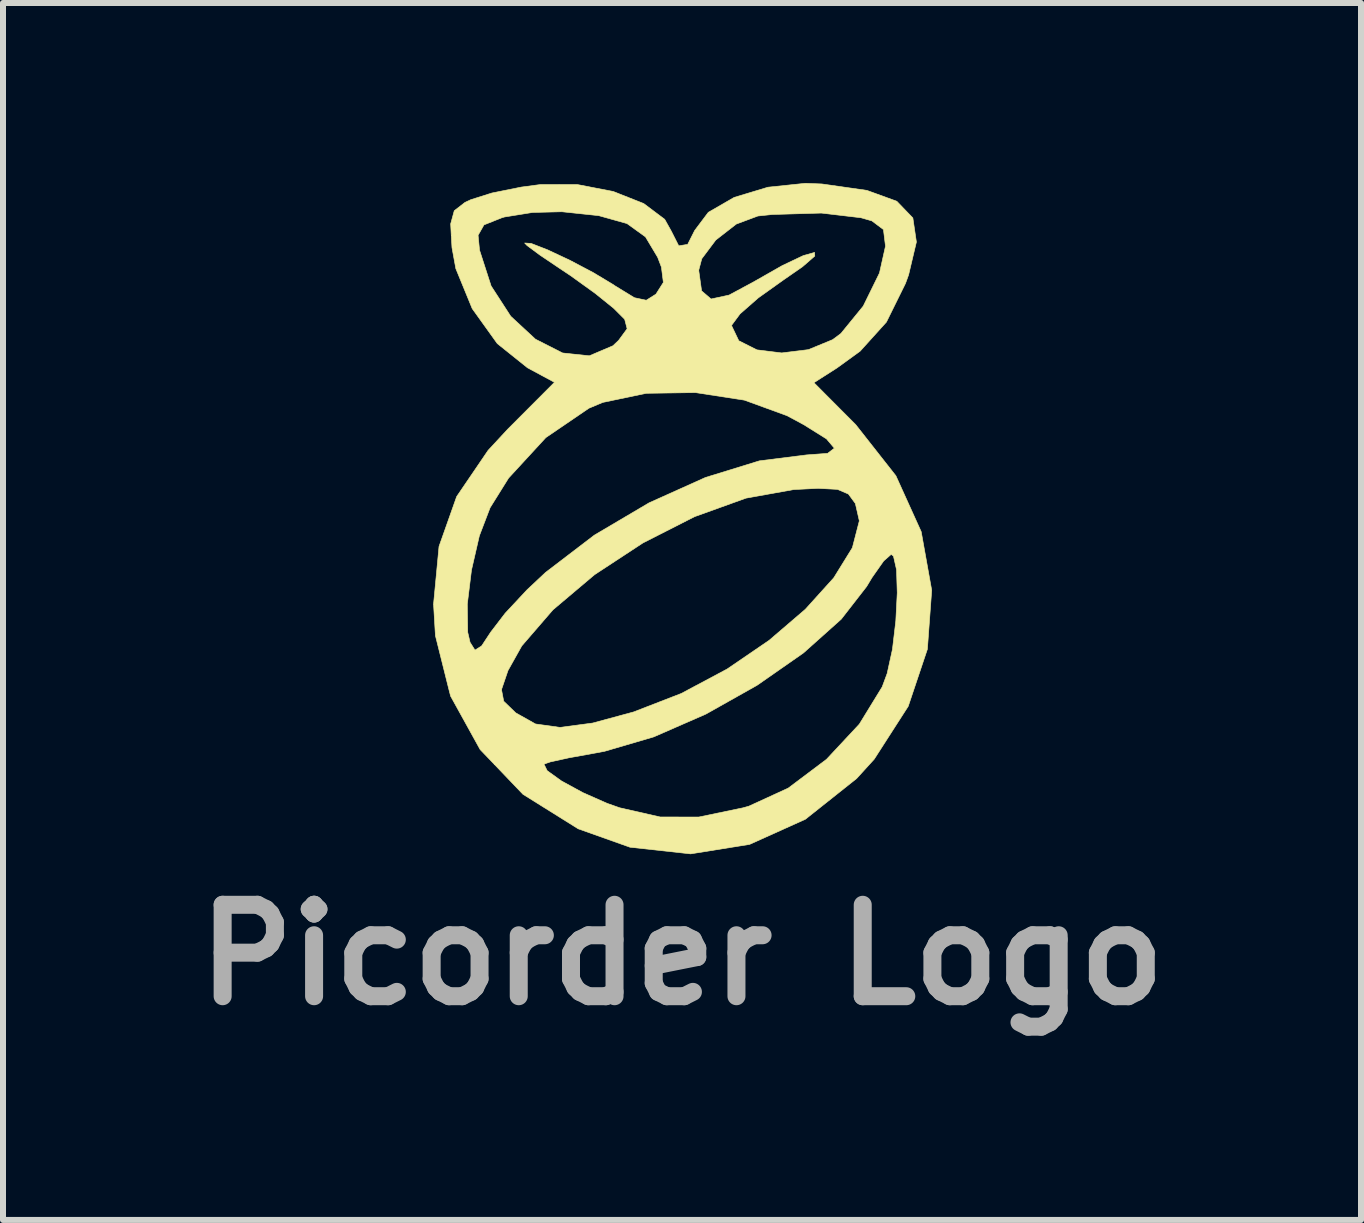
<source format=kicad_pcb>
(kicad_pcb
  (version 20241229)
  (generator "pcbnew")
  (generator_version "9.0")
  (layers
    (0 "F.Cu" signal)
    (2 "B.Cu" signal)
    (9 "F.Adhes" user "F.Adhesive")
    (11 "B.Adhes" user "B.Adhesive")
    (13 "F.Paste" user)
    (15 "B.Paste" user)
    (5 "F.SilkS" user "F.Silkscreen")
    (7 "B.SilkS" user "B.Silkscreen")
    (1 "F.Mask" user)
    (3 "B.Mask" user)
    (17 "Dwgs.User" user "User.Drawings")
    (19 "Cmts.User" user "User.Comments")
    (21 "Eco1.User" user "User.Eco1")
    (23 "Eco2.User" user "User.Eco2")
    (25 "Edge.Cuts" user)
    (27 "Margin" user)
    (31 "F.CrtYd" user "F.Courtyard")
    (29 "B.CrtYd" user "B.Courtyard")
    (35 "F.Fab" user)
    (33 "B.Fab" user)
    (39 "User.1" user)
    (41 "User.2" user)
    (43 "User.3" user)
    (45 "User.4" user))
  (footprint "Picorder Logo"
    (layer "F.Cu")
    (at 8.317 5.498)
    (property "Reference" "Picorder Logo" (at 0 7.366 0) (layer "F.Fab") (effects (font (size 1.524 1.524) (thickness 0.3))))
    (attr through_hole)
    (fp_poly (pts (xy 2.331 -5.482) (xy 3.081 -5.375) (xy 3.579 -5.194) (xy 3.847 -4.916) (xy 3.906 -4.515) (xy 3.776 -3.967) (xy 3.724 -3.824) (xy 3.406 -3.18) (xy 2.968 -2.695) (xy 2.583 -2.416) (xy 2.198 -2.17) (xy 2.895 -1.47) (xy 3.564 -0.619) (xy 3.986 0.313) (xy 4.161 1.289) (xy 4.089 2.272) (xy 3.77 3.223) (xy 3.203 4.105) (xy 2.909 4.428) (xy 2.056 5.106) (xy 1.126 5.525) (xy 0.143 5.683) (xy -0.868 5.572) (xy -1.731 5.265) (xy -2.651 4.69) (xy -3.132 4.187) (xy -2.301 4.187) (xy -2.248 4.296) (xy -2.009 4.468) (xy -1.653 4.662) (xy -1.251 4.84) (xy -1.038 4.915) (xy -0.365 5.068) (xy 0.279 5.069) (xy 1.014 4.916) (xy 1.114 4.888) (xy 1.77 4.587) (xy 2.408 4.107) (xy 2.955 3.521) (xy 3.336 2.9) (xy 3.419 2.676) (xy 3.507 2.274) (xy 3.563 1.8) (xy 3.587 1.333) (xy 3.575 0.947) (xy 3.524 0.721) (xy 3.486 0.691) (xy 3.361 0.801) (xy 3.167 1.077) (xy 3.076 1.228) (xy 2.653 1.772) (xy 2.024 2.334) (xy 1.251 2.873) (xy 0.398 3.353) (xy -0.471 3.733) (xy -1.293 3.974) (xy -1.449 4.003) (xy -1.886 4.082) (xy -2.198 4.151) (xy -2.301 4.187) (xy -3.132 4.187) (xy -3.365 3.944) (xy -3.857 3.054) (xy -3.885 2.945) (xy -3.009 2.945) (xy -2.972 3.139) (xy -2.771 3.333) (xy -2.442 3.518) (xy -2.034 3.575) (xy -1.491 3.503) (xy -0.808 3.318) (xy -0.013 3.01) (xy 0.752 2.602) (xy 1.452 2.124) (xy 2.055 1.607) (xy 2.529 1.082) (xy 2.839 0.581) (xy 2.955 0.133) (xy 2.889 -0.156) (xy 2.773 -0.314) (xy 2.591 -0.392) (xy 2.269 -0.409) (xy 1.863 -0.389) (xy 1.067 -0.246) (xy 0.209 0.063) (xy -0.652 0.501) (xy -1.458 1.03) (xy -2.151 1.615) (xy -2.671 2.217) (xy -2.901 2.628) (xy -3.009 2.945) (xy -3.885 2.945) (xy -4.11 2.046) (xy -4.141 1.522) (xy -3.579 1.522) (xy -3.572 1.989) (xy -3.533 2.157) (xy -3.451 2.287) (xy -3.34 2.217) (xy -3.189 1.988) (xy -2.947 1.672) (xy -2.582 1.281) (xy -2.275 0.993) (xy -1.461 0.371) (xy -0.55 -0.167) (xy 0.39 -0.59) (xy 1.288 -0.867) (xy 2.074 -0.966) (xy 2.074 -0.966) (xy 2.426 -0.992) (xy 2.539 -1.078) (xy 2.408 -1.233) (xy 2.027 -1.471) (xy 1.75 -1.62) (xy 1.04 -1.879) (xy 0.224 -2.005) (xy -0.596 -1.993) (xy -1.322 -1.841) (xy -1.551 -1.745) (xy -2.27 -1.255) (xy -2.891 -0.58) (xy -3.199 -0.086) (xy -3.378 0.382) (xy -3.509 0.952) (xy -3.579 1.522) (xy -4.141 1.522) (xy -4.141 1.518) (xy -4.05 0.559) (xy -3.756 -0.272) (xy -3.232 -1.042) (xy -2.902 -1.398) (xy -2.126 -2.176) (xy -2.575 -2.418) (xy -3.079 -2.822) (xy -3.497 -3.405) (xy -3.77 -4.071) (xy -3.834 -4.421) (xy -3.846 -4.627) (xy -3.399 -4.627) (xy -3.375 -4.379) (xy -3.182 -3.782) (xy -2.855 -3.277) (xy -2.443 -2.895) (xy -1.99 -2.665) (xy -1.545 -2.618) (xy -1.152 -2.785) (xy -1.057 -2.875) (xy -0.915 -3.069) (xy -0.956 -3.227) (xy -1.139 -3.41) (xy -1.445 -3.657) (xy -1.856 -3.953) (xy -2.036 -4.073) (xy -2.37 -4.298) (xy -2.583 -4.456) (xy -2.623 -4.498) (xy -2.515 -4.491) (xy -2.24 -4.384) (xy -1.871 -4.211) (xy -1.482 -4.006) (xy -1.147 -3.805) (xy -1.117 -3.784) (xy -0.793 -3.586) (xy -0.596 -3.544) (xy -0.439 -3.643) (xy -0.432 -3.65) (xy -0.311 -3.841) (xy -0.337 -4.044) (xy 0.278 -4.044) (xy 0.326 -3.7) (xy 0.484 -3.565) (xy 0.784 -3.63) (xy 1.186 -3.846) (xy 1.673 -4.123) (xy 2.021 -4.288) (xy 2.209 -4.341) (xy 2.212 -4.28) (xy 2.007 -4.102) (xy 1.691 -3.883) (xy 1.273 -3.585) (xy 0.967 -3.317) (xy 0.83 -3.132) (xy 0.828 -3.116) (xy 0.946 -2.869) (xy 1.249 -2.717) (xy 1.661 -2.666) (xy 2.107 -2.721) (xy 2.51 -2.887) (xy 2.648 -2.99) (xy 3.02 -3.446) (xy 3.291 -3.998) (xy 3.391 -4.445) (xy 3.357 -4.722) (xy 3.164 -4.867) (xy 2.982 -4.919) (xy 2.322 -4.997) (xy 1.503 -4.973) (xy 1.264 -4.948) (xy 0.905 -4.814) (xy 0.563 -4.548) (xy 0.329 -4.236) (xy 0.278 -4.044) (xy -0.337 -4.044) (xy -0.343 -4.095) (xy -0.406 -4.26) (xy -0.609 -4.6) (xy -0.917 -4.822) (xy -1.388 -4.954) (xy -2.002 -5.019) (xy -2.493 -5.007) (xy -2.958 -4.932) (xy -3 -4.92) (xy -3.301 -4.8) (xy -3.399 -4.627) (xy -3.846 -4.627) (xy -3.856 -4.817) (xy -3.796 -5.036) (xy -3.618 -5.174) (xy -3.52 -5.22) (xy -3.17 -5.331) (xy -2.679 -5.43) (xy -2.356 -5.473) (xy -1.743 -5.472) (xy -1.147 -5.357) (xy -0.639 -5.156) (xy -0.289 -4.893) (xy -0.179 -4.696) (xy -0.055 -4.451) (xy 0.094 -4.475) (xy 0.211 -4.707) (xy 0.438 -5.009) (xy 0.869 -5.258) (xy 1.432 -5.428) (xy 2.056 -5.493) (xy 2.331 -5.482)) (stroke (width 0.01) (type solid)) (fill yes) (layer "F.SilkS")))
  (gr_rect
    (start -3 -3)
    (end 19.633 17.282)
    (stroke (width 0.1) (type default))
    (fill no)
    (layer "Edge.Cuts")))
</source>
